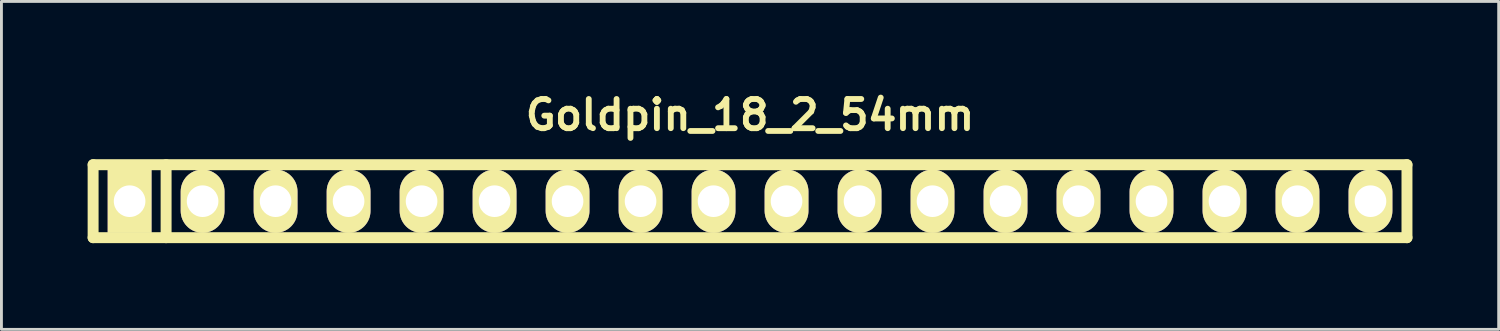
<source format=kicad_pcb>
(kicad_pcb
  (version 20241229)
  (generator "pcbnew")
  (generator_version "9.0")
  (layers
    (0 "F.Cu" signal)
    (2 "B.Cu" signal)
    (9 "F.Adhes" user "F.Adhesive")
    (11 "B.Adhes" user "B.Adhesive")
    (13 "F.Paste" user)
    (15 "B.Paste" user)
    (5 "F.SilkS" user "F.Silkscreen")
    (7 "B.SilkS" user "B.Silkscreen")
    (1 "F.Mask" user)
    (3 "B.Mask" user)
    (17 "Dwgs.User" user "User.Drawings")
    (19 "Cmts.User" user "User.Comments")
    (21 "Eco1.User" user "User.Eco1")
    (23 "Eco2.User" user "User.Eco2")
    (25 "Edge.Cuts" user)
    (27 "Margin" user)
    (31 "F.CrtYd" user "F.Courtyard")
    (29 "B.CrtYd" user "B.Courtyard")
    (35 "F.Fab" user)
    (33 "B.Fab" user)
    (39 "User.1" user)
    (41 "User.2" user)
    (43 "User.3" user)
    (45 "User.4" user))
  (footprint "Goldpin_18_2_54mm"
    (layer "F.Cu")
    (at 23.05 3.951)
    (property "Reference" "Goldpin_18_2_54mm" (at 0 -3 0) (layer "F.SilkS") (effects (font (size 1.016 1.016) (thickness 0.203))))
    (attr through_hole)
    (fp_line (start -22.86 -1.27) (end 22.86 -1.27) (stroke (width 0.381) (type solid)) (layer "F.SilkS"))
    (fp_line (start -22.86 1.27) (end -22.86 -1.27) (stroke (width 0.381) (type solid)) (layer "F.SilkS"))
    (fp_line (start -20.32 -1.27) (end -20.32 1.27) (stroke (width 0.381) (type solid)) (layer "F.SilkS"))
    (fp_line (start 22.86 -1.27) (end 22.86 1.27) (stroke (width 0.381) (type solid)) (layer "F.SilkS"))
    (fp_line (start 22.86 1.27) (end -22.86 1.27) (stroke (width 0.381) (type solid)) (layer "F.SilkS"))
    (pad "1" thru_hole rect (at -21.59 0) (size 1.524 2.2) (drill 1.1) (layers "*.Cu" "*.Mask" "F.SilkS"))
    (pad "2" thru_hole oval (at -19.05 0) (size 1.524 2.2) (drill 1.1) (layers "*.Cu" "*.Mask" "F.SilkS"))
    (pad "3" thru_hole oval (at -16.51 0) (size 1.524 2.2) (drill 1.1) (layers "*.Cu" "*.Mask" "F.SilkS"))
    (pad "4" thru_hole oval (at -13.97 0) (size 1.524 2.2) (drill 1.1) (layers "*.Cu" "*.Mask" "F.SilkS"))
    (pad "5" thru_hole oval (at -11.43 0) (size 1.524 2.2) (drill 1.1) (layers "*.Cu" "*.Mask" "F.SilkS"))
    (pad "6" thru_hole oval (at -8.89 0) (size 1.524 2.2) (drill 1.1) (layers "*.Cu" "*.Mask" "F.SilkS"))
    (pad "7" thru_hole oval (at -6.35 0) (size 1.524 2.2) (drill 1.1) (layers "*.Cu" "*.Mask" "F.SilkS"))
    (pad "8" thru_hole oval (at -3.81 0) (size 1.524 2.2) (drill 1.1) (layers "*.Cu" "*.Mask" "F.SilkS"))
    (pad "9" thru_hole oval (at -1.27 0) (size 1.524 2.2) (drill 1.1) (layers "*.Cu" "*.Mask" "F.SilkS"))
    (pad "10" thru_hole oval (at 1.27 0) (size 1.524 2.2) (drill 1.1) (layers "*.Cu" "*.Mask" "F.SilkS"))
    (pad "11" thru_hole oval (at 3.81 0) (size 1.524 2.2) (drill 1.1) (layers "*.Cu" "*.Mask" "F.SilkS"))
    (pad "12" thru_hole oval (at 6.35 0) (size 1.524 2.2) (drill 1.1) (layers "*.Cu" "*.Mask" "F.SilkS"))
    (pad "13" thru_hole oval (at 8.89 0) (size 1.524 2.2) (drill 1.1) (layers "*.Cu" "*.Mask" "F.SilkS"))
    (pad "14" thru_hole oval (at 11.43 0) (size 1.524 2.2) (drill 1.1) (layers "*.Cu" "*.Mask" "F.SilkS"))
    (pad "15" thru_hole oval (at 13.97 0) (size 1.524 2.2) (drill 1.1) (layers "*.Cu" "*.Mask" "F.SilkS"))
    (pad "16" thru_hole oval (at 16.51 0) (size 1.524 2.2) (drill 1.1) (layers "*.Cu" "*.Mask" "F.SilkS"))
    (pad "17" thru_hole oval (at 19.05 0) (size 1.524 2.2) (drill 1.1) (layers "*.Cu" "*.Mask" "F.SilkS"))
    (pad "18" thru_hole oval (at 21.59 0) (size 1.524 2.2) (drill 1.1) (layers "*.Cu" "*.Mask" "F.SilkS")))
  (gr_rect
    (start -3 -3)
    (end 49.101 8.411)
    (stroke (width 0.1) (type default))
    (fill no)
    (layer "Edge.Cuts")))
</source>
